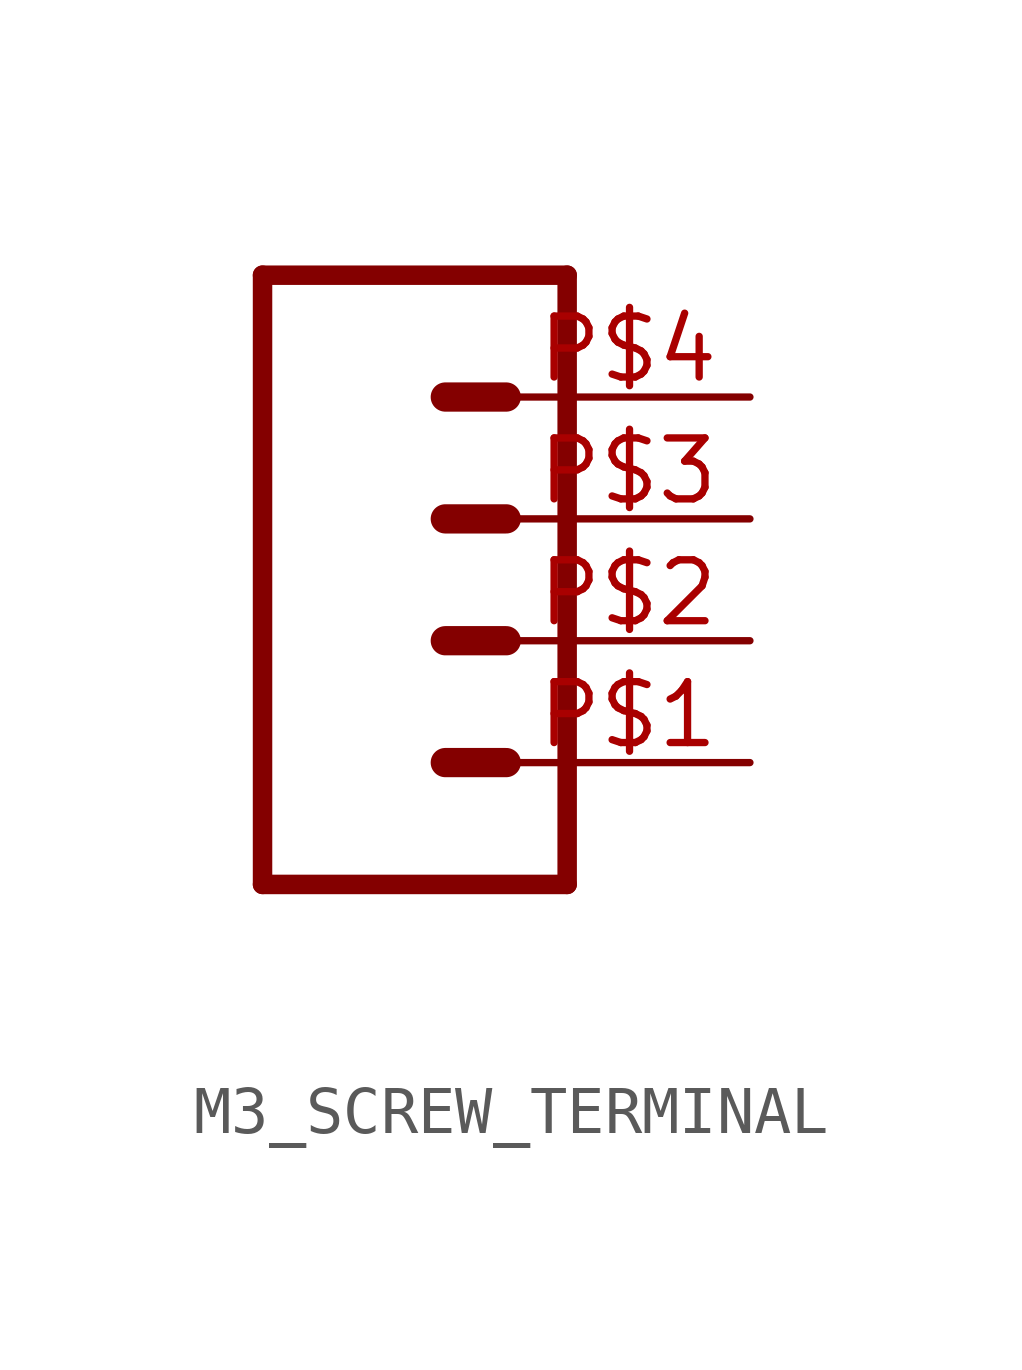
<source format=kicad_sym>
(kicad_symbol_lib
  (version 20220914)
  (generator kicad_symbol_editor)
  (symbol "M3_SCREW_TERMINAL"
    (property "Reference" ""
      (at -5.08 8.128 0)
      (effects (font (size 1.778 1.778)) (justify left bottom) hide))
    (property "Value" ""
      (at -5.08 -7.366 0)
      (effects (font (size 1.778 1.778)) (justify left bottom)))
    (property "ki_locked" ""
      (at 0 0 0)
      (effects (font (size 1.27 1.27))))
    (symbol "M3_SCREW_TERMINAL_1_0"
      (polyline (pts (xy -5.08 7.62) (xy -5.08 -5.08)) (stroke (width 0.406) (type solid)) (fill (type none)))
      (polyline (pts (xy -5.08 7.62) (xy 1.27 7.62)) (stroke (width 0.406) (type solid)) (fill (type none)))
      (polyline (pts (xy -1.27 -2.54) (xy 0 -2.54)) (stroke (width 0.61) (type solid)) (fill (type none)))
      (polyline (pts (xy -1.27 0) (xy 0 0)) (stroke (width 0.61) (type solid)) (fill (type none)))
      (polyline (pts (xy -1.27 2.54) (xy 0 2.54)) (stroke (width 0.61) (type solid)) (fill (type none)))
      (polyline (pts (xy -1.27 5.08) (xy 0 5.08)) (stroke (width 0.61) (type solid)) (fill (type none)))
      (polyline (pts (xy 1.27 -5.08) (xy -5.08 -5.08)) (stroke (width 0.406) (type solid)) (fill (type none)))
      (polyline (pts (xy 1.27 -5.08) (xy 1.27 7.62)) (stroke (width 0.406) (type solid)) (fill (type none)))
      (pin passive line (at 5.08 -2.54 180) (length 5.08) (name "1" (effects (font (size 0 0)))) (number "P$1" (effects (font (size 1.27 1.27)))))
      (pin passive line (at 5.08 0 180) (length 5.08) (name "2" (effects (font (size 0 0)))) (number "P$2" (effects (font (size 1.27 1.27)))))
      (pin passive line (at 5.08 2.54 180) (length 5.08) (name "3" (effects (font (size 0 0)))) (number "P$3" (effects (font (size 1.27 1.27)))))
      (pin passive line (at 5.08 5.08 180) (length 5.08) (name "4" (effects (font (size 0 0)))) (number "P$4" (effects (font (size 1.27 1.27))))))))
</source>
